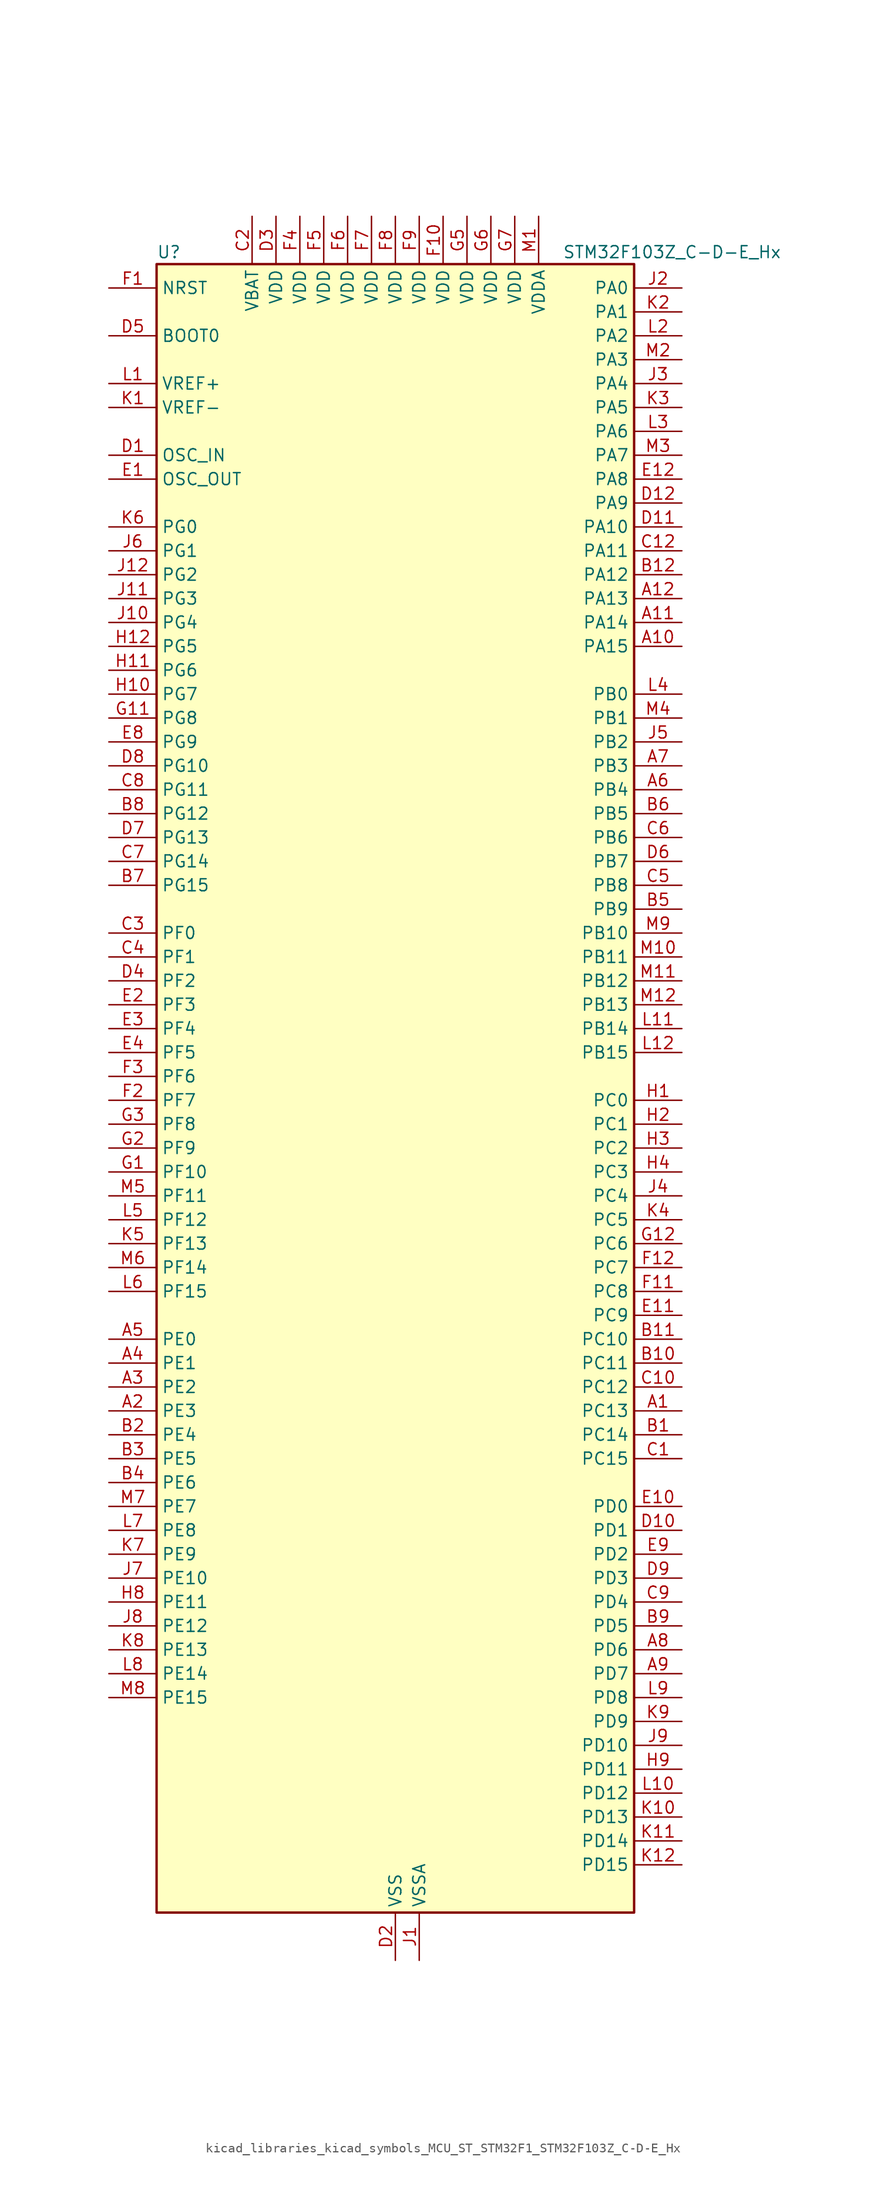
<source format=kicad_sym>
(kicad_symbol_lib
  (version 20220914)
  (generator kicad_symbol_editor)
  (symbol "kicad_libraries_kicad_symbols_MCU_ST_STM32F1_STM32F103Z_C-D-E_Hx"
    (property "Reference" "U"
      (at -25.4 90.17 0)
      (effects (font (size 1.27 1.27)) (justify left)))
    (property "Value" "STM32F103Z_C-D-E_Hx"
      (at 17.78 90.17 0)
      (effects (font (size 1.27 1.27)) (justify left)))
    (property "ki_locked" ""
      (at 0 0 0)
      (effects (font (size 1.27 1.27))))
    (symbol "kicad_libraries_kicad_symbols_MCU_ST_STM32F1_STM32F103Z_C-D-E_Hx_0_1"
      (rectangle (start -25.4 -86.36) (end 25.4 88.9) (stroke (width 0.254) (type default)) (fill (type background))))
    (symbol "kicad_libraries_kicad_symbols_MCU_ST_STM32F1_STM32F103Z_C-D-E_Hx_1_1"
      (pin bidirectional line (at 30.48 -33.02 180) (length 5.08) (name "PC13" (effects (font (size 1.27 1.27)))) (number "A1" (effects (font (size 1.27 1.27)))) (alternate "RTC_OUT" bidirectional line) (alternate "RTC_TAMPER" bidirectional line))
      (pin bidirectional line (at 30.48 48.26 180) (length 5.08) (name "PA15" (effects (font (size 1.27 1.27)))) (number "A10" (effects (font (size 1.27 1.27)))) (alternate "ADC1_EXTI15" bidirectional line) (alternate "ADC2_EXTI15" bidirectional line) (alternate "I2S3_WS" bidirectional line) (alternate "SPI1_NSS" bidirectional line) (alternate "SPI3_NSS" bidirectional line) (alternate "SYS_JTDI" bidirectional line) (alternate "TIM2_CH1" bidirectional line) (alternate "TIM2_ETR" bidirectional line))
      (pin bidirectional line (at 30.48 50.8 180) (length 5.08) (name "PA14" (effects (font (size 1.27 1.27)))) (number "A11" (effects (font (size 1.27 1.27)))) (alternate "SYS_JTCK-SWCLK" bidirectional line))
      (pin bidirectional line (at 30.48 53.34 180) (length 5.08) (name "PA13" (effects (font (size 1.27 1.27)))) (number "A12" (effects (font (size 1.27 1.27)))) (alternate "SYS_JTMS-SWDIO" bidirectional line))
      (pin bidirectional line (at -30.48 -33.02 0) (length 5.08) (name "PE3" (effects (font (size 1.27 1.27)))) (number "A2" (effects (font (size 1.27 1.27)))) (alternate "FSMC_A19" bidirectional line) (alternate "SYS_TRACED0" bidirectional line))
      (pin bidirectional line (at -30.48 -30.48 0) (length 5.08) (name "PE2" (effects (font (size 1.27 1.27)))) (number "A3" (effects (font (size 1.27 1.27)))) (alternate "FSMC_A23" bidirectional line) (alternate "SYS_TRACECLK" bidirectional line))
      (pin bidirectional line (at -30.48 -27.94 0) (length 5.08) (name "PE1" (effects (font (size 1.27 1.27)))) (number "A4" (effects (font (size 1.27 1.27)))) (alternate "FSMC_NBL1" bidirectional line))
      (pin bidirectional line (at -30.48 -25.4 0) (length 5.08) (name "PE0" (effects (font (size 1.27 1.27)))) (number "A5" (effects (font (size 1.27 1.27)))) (alternate "FSMC_NBL0" bidirectional line) (alternate "TIM4_ETR" bidirectional line))
      (pin bidirectional line (at 30.48 33.02 180) (length 5.08) (name "PB4" (effects (font (size 1.27 1.27)))) (number "A6" (effects (font (size 1.27 1.27)))) (alternate "SPI1_MISO" bidirectional line) (alternate "SPI3_MISO" bidirectional line) (alternate "SYS_NJTRST" bidirectional line) (alternate "TIM3_CH1" bidirectional line))
      (pin bidirectional line (at 30.48 35.56 180) (length 5.08) (name "PB3" (effects (font (size 1.27 1.27)))) (number "A7" (effects (font (size 1.27 1.27)))) (alternate "I2S3_CK" bidirectional line) (alternate "SPI1_SCK" bidirectional line) (alternate "SPI3_SCK" bidirectional line) (alternate "SYS_JTDO-TRACESWO" bidirectional line) (alternate "TIM2_CH2" bidirectional line))
      (pin bidirectional line (at 30.48 -58.42 180) (length 5.08) (name "PD6" (effects (font (size 1.27 1.27)))) (number "A8" (effects (font (size 1.27 1.27)))) (alternate "FSMC_NWAIT" bidirectional line) (alternate "USART2_RX" bidirectional line))
      (pin bidirectional line (at 30.48 -60.96 180) (length 5.08) (name "PD7" (effects (font (size 1.27 1.27)))) (number "A9" (effects (font (size 1.27 1.27)))) (alternate "FSMC_NCE2" bidirectional line) (alternate "FSMC_NE1" bidirectional line) (alternate "USART2_CK" bidirectional line))
      (pin bidirectional line (at 30.48 -35.56 180) (length 5.08) (name "PC14" (effects (font (size 1.27 1.27)))) (number "B1" (effects (font (size 1.27 1.27)))) (alternate "RCC_OSC32_IN" bidirectional line))
      (pin bidirectional line (at 30.48 -27.94 180) (length 5.08) (name "PC11" (effects (font (size 1.27 1.27)))) (number "B10" (effects (font (size 1.27 1.27)))) (alternate "ADC1_EXTI11" bidirectional line) (alternate "ADC2_EXTI11" bidirectional line) (alternate "SDIO_D3" bidirectional line) (alternate "UART4_RX" bidirectional line) (alternate "USART3_RX" bidirectional line))
      (pin bidirectional line (at 30.48 -25.4 180) (length 5.08) (name "PC10" (effects (font (size 1.27 1.27)))) (number "B11" (effects (font (size 1.27 1.27)))) (alternate "SDIO_D2" bidirectional line) (alternate "UART4_TX" bidirectional line) (alternate "USART3_TX" bidirectional line))
      (pin bidirectional line (at 30.48 55.88 180) (length 5.08) (name "PA12" (effects (font (size 1.27 1.27)))) (number "B12" (effects (font (size 1.27 1.27)))) (alternate "CAN_TX" bidirectional line) (alternate "TIM1_ETR" bidirectional line) (alternate "USART1_RTS" bidirectional line) (alternate "USB_DP" bidirectional line))
      (pin bidirectional line (at -30.48 -35.56 0) (length 5.08) (name "PE4" (effects (font (size 1.27 1.27)))) (number "B2" (effects (font (size 1.27 1.27)))) (alternate "FSMC_A20" bidirectional line) (alternate "SYS_TRACED1" bidirectional line))
      (pin bidirectional line (at -30.48 -38.1 0) (length 5.08) (name "PE5" (effects (font (size 1.27 1.27)))) (number "B3" (effects (font (size 1.27 1.27)))) (alternate "FSMC_A21" bidirectional line) (alternate "SYS_TRACED2" bidirectional line))
      (pin bidirectional line (at -30.48 -40.64 0) (length 5.08) (name "PE6" (effects (font (size 1.27 1.27)))) (number "B4" (effects (font (size 1.27 1.27)))) (alternate "FSMC_A22" bidirectional line) (alternate "SYS_TRACED3" bidirectional line))
      (pin bidirectional line (at 30.48 20.32 180) (length 5.08) (name "PB9" (effects (font (size 1.27 1.27)))) (number "B5" (effects (font (size 1.27 1.27)))) (alternate "CAN_TX" bidirectional line) (alternate "DAC_EXTI9" bidirectional line) (alternate "I2C1_SDA" bidirectional line) (alternate "SDIO_D5" bidirectional line) (alternate "TIM4_CH4" bidirectional line))
      (pin bidirectional line (at 30.48 30.48 180) (length 5.08) (name "PB5" (effects (font (size 1.27 1.27)))) (number "B6" (effects (font (size 1.27 1.27)))) (alternate "I2C1_SMBA" bidirectional line) (alternate "I2S3_SD" bidirectional line) (alternate "SPI1_MOSI" bidirectional line) (alternate "SPI3_MOSI" bidirectional line) (alternate "TIM3_CH2" bidirectional line))
      (pin bidirectional line (at -30.48 22.86 0) (length 5.08) (name "PG15" (effects (font (size 1.27 1.27)))) (number "B7" (effects (font (size 1.27 1.27)))) (alternate "ADC1_EXTI15" bidirectional line) (alternate "ADC2_EXTI15" bidirectional line))
      (pin bidirectional line (at -30.48 30.48 0) (length 5.08) (name "PG12" (effects (font (size 1.27 1.27)))) (number "B8" (effects (font (size 1.27 1.27)))) (alternate "FSMC_NE4" bidirectional line))
      (pin bidirectional line (at 30.48 -55.88 180) (length 5.08) (name "PD5" (effects (font (size 1.27 1.27)))) (number "B9" (effects (font (size 1.27 1.27)))) (alternate "FSMC_NWE" bidirectional line) (alternate "USART2_TX" bidirectional line))
      (pin bidirectional line (at 30.48 -38.1 180) (length 5.08) (name "PC15" (effects (font (size 1.27 1.27)))) (number "C1" (effects (font (size 1.27 1.27)))) (alternate "ADC1_EXTI15" bidirectional line) (alternate "ADC2_EXTI15" bidirectional line) (alternate "RCC_OSC32_OUT" bidirectional line))
      (pin bidirectional line (at 30.48 -30.48 180) (length 5.08) (name "PC12" (effects (font (size 1.27 1.27)))) (number "C10" (effects (font (size 1.27 1.27)))) (alternate "SDIO_CK" bidirectional line) (alternate "UART5_TX" bidirectional line) (alternate "USART3_CK" bidirectional line))
      (pin no_connect line (at -25.4 -86.36 0) (length 5.08) hide (name "NC" (effects (font (size 1.27 1.27)))) (number "C11" (effects (font (size 1.27 1.27)))))
      (pin bidirectional line (at 30.48 58.42 180) (length 5.08) (name "PA11" (effects (font (size 1.27 1.27)))) (number "C12" (effects (font (size 1.27 1.27)))) (alternate "ADC1_EXTI11" bidirectional line) (alternate "ADC2_EXTI11" bidirectional line) (alternate "CAN_RX" bidirectional line) (alternate "TIM1_CH4" bidirectional line) (alternate "USART1_CTS" bidirectional line) (alternate "USB_DM" bidirectional line))
      (pin power_in line (at -15.24 93.98 270) (length 5.08) (name "VBAT" (effects (font (size 1.27 1.27)))) (number "C2" (effects (font (size 1.27 1.27)))))
      (pin bidirectional line (at -30.48 17.78 0) (length 5.08) (name "PF0" (effects (font (size 1.27 1.27)))) (number "C3" (effects (font (size 1.27 1.27)))) (alternate "FSMC_A0" bidirectional line))
      (pin bidirectional line (at -30.48 15.24 0) (length 5.08) (name "PF1" (effects (font (size 1.27 1.27)))) (number "C4" (effects (font (size 1.27 1.27)))) (alternate "FSMC_A1" bidirectional line))
      (pin bidirectional line (at 30.48 22.86 180) (length 5.08) (name "PB8" (effects (font (size 1.27 1.27)))) (number "C5" (effects (font (size 1.27 1.27)))) (alternate "CAN_RX" bidirectional line) (alternate "I2C1_SCL" bidirectional line) (alternate "SDIO_D4" bidirectional line) (alternate "TIM4_CH3" bidirectional line))
      (pin bidirectional line (at 30.48 27.94 180) (length 5.08) (name "PB6" (effects (font (size 1.27 1.27)))) (number "C6" (effects (font (size 1.27 1.27)))) (alternate "I2C1_SCL" bidirectional line) (alternate "TIM4_CH1" bidirectional line) (alternate "USART1_TX" bidirectional line))
      (pin bidirectional line (at -30.48 25.4 0) (length 5.08) (name "PG14" (effects (font (size 1.27 1.27)))) (number "C7" (effects (font (size 1.27 1.27)))) (alternate "FSMC_A25" bidirectional line))
      (pin bidirectional line (at -30.48 33.02 0) (length 5.08) (name "PG11" (effects (font (size 1.27 1.27)))) (number "C8" (effects (font (size 1.27 1.27)))) (alternate "ADC1_EXTI11" bidirectional line) (alternate "ADC2_EXTI11" bidirectional line) (alternate "FSMC_NCE4_2" bidirectional line))
      (pin bidirectional line (at 30.48 -53.34 180) (length 5.08) (name "PD4" (effects (font (size 1.27 1.27)))) (number "C9" (effects (font (size 1.27 1.27)))) (alternate "FSMC_NOE" bidirectional line) (alternate "USART2_RTS" bidirectional line))
      (pin input line (at -30.48 68.58 0) (length 5.08) (name "OSC_IN" (effects (font (size 1.27 1.27)))) (number "D1" (effects (font (size 1.27 1.27)))) (alternate "RCC_OSC_IN" bidirectional line))
      (pin bidirectional line (at 30.48 -45.72 180) (length 5.08) (name "PD1" (effects (font (size 1.27 1.27)))) (number "D10" (effects (font (size 1.27 1.27)))) (alternate "CAN_TX" bidirectional line) (alternate "FSMC_D3" bidirectional line) (alternate "FSMC_DA3" bidirectional line))
      (pin bidirectional line (at 30.48 60.96 180) (length 5.08) (name "PA10" (effects (font (size 1.27 1.27)))) (number "D11" (effects (font (size 1.27 1.27)))) (alternate "TIM1_CH3" bidirectional line) (alternate "USART1_RX" bidirectional line))
      (pin bidirectional line (at 30.48 63.5 180) (length 5.08) (name "PA9" (effects (font (size 1.27 1.27)))) (number "D12" (effects (font (size 1.27 1.27)))) (alternate "DAC_EXTI9" bidirectional line) (alternate "TIM1_CH2" bidirectional line) (alternate "USART1_TX" bidirectional line))
      (pin power_in line (at 0 -91.44 90) (length 5.08) (name "VSS" (effects (font (size 1.27 1.27)))) (number "D2" (effects (font (size 1.27 1.27)))))
      (pin power_in line (at -12.7 93.98 270) (length 5.08) (name "VDD" (effects (font (size 1.27 1.27)))) (number "D3" (effects (font (size 1.27 1.27)))))
      (pin bidirectional line (at -30.48 12.7 0) (length 5.08) (name "PF2" (effects (font (size 1.27 1.27)))) (number "D4" (effects (font (size 1.27 1.27)))) (alternate "FSMC_A2" bidirectional line))
      (pin input line (at -30.48 81.28 0) (length 5.08) (name "BOOT0" (effects (font (size 1.27 1.27)))) (number "D5" (effects (font (size 1.27 1.27)))))
      (pin bidirectional line (at 30.48 25.4 180) (length 5.08) (name "PB7" (effects (font (size 1.27 1.27)))) (number "D6" (effects (font (size 1.27 1.27)))) (alternate "FSMC_NL" bidirectional line) (alternate "I2C1_SDA" bidirectional line) (alternate "TIM4_CH2" bidirectional line) (alternate "USART1_RX" bidirectional line))
      (pin bidirectional line (at -30.48 27.94 0) (length 5.08) (name "PG13" (effects (font (size 1.27 1.27)))) (number "D7" (effects (font (size 1.27 1.27)))) (alternate "FSMC_A24" bidirectional line))
      (pin bidirectional line (at -30.48 35.56 0) (length 5.08) (name "PG10" (effects (font (size 1.27 1.27)))) (number "D8" (effects (font (size 1.27 1.27)))) (alternate "FSMC_NCE4_1" bidirectional line) (alternate "FSMC_NE3" bidirectional line))
      (pin bidirectional line (at 30.48 -50.8 180) (length 5.08) (name "PD3" (effects (font (size 1.27 1.27)))) (number "D9" (effects (font (size 1.27 1.27)))) (alternate "FSMC_CLK" bidirectional line) (alternate "USART2_CTS" bidirectional line))
      (pin input line (at -30.48 66.04 0) (length 5.08) (name "OSC_OUT" (effects (font (size 1.27 1.27)))) (number "E1" (effects (font (size 1.27 1.27)))) (alternate "RCC_OSC_OUT" bidirectional line))
      (pin bidirectional line (at 30.48 -43.18 180) (length 5.08) (name "PD0" (effects (font (size 1.27 1.27)))) (number "E10" (effects (font (size 1.27 1.27)))) (alternate "CAN_RX" bidirectional line) (alternate "FSMC_D2" bidirectional line) (alternate "FSMC_DA2" bidirectional line))
      (pin bidirectional line (at 30.48 -22.86 180) (length 5.08) (name "PC9" (effects (font (size 1.27 1.27)))) (number "E11" (effects (font (size 1.27 1.27)))) (alternate "DAC_EXTI9" bidirectional line) (alternate "SDIO_D1" bidirectional line) (alternate "TIM3_CH4" bidirectional line) (alternate "TIM8_CH4" bidirectional line))
      (pin bidirectional line (at 30.48 66.04 180) (length 5.08) (name "PA8" (effects (font (size 1.27 1.27)))) (number "E12" (effects (font (size 1.27 1.27)))) (alternate "RCC_MCO" bidirectional line) (alternate "TIM1_CH1" bidirectional line) (alternate "USART1_CK" bidirectional line))
      (pin bidirectional line (at -30.48 10.16 0) (length 5.08) (name "PF3" (effects (font (size 1.27 1.27)))) (number "E2" (effects (font (size 1.27 1.27)))) (alternate "FSMC_A3" bidirectional line))
      (pin bidirectional line (at -30.48 7.62 0) (length 5.08) (name "PF4" (effects (font (size 1.27 1.27)))) (number "E3" (effects (font (size 1.27 1.27)))) (alternate "FSMC_A4" bidirectional line))
      (pin bidirectional line (at -30.48 5.08 0) (length 5.08) (name "PF5" (effects (font (size 1.27 1.27)))) (number "E4" (effects (font (size 1.27 1.27)))) (alternate "FSMC_A5" bidirectional line))
      (pin passive line (at 0 -91.44 90) (length 5.08) hide (name "VSS" (effects (font (size 1.27 1.27)))) (number "E5" (effects (font (size 1.27 1.27)))))
      (pin passive line (at 0 -91.44 90) (length 5.08) hide (name "VSS" (effects (font (size 1.27 1.27)))) (number "E6" (effects (font (size 1.27 1.27)))))
      (pin passive line (at 0 -91.44 90) (length 5.08) hide (name "VSS" (effects (font (size 1.27 1.27)))) (number "E7" (effects (font (size 1.27 1.27)))))
      (pin bidirectional line (at -30.48 38.1 0) (length 5.08) (name "PG9" (effects (font (size 1.27 1.27)))) (number "E8" (effects (font (size 1.27 1.27)))) (alternate "DAC_EXTI9" bidirectional line) (alternate "FSMC_NCE3" bidirectional line) (alternate "FSMC_NE2" bidirectional line))
      (pin bidirectional line (at 30.48 -48.26 180) (length 5.08) (name "PD2" (effects (font (size 1.27 1.27)))) (number "E9" (effects (font (size 1.27 1.27)))) (alternate "SDIO_CMD" bidirectional line) (alternate "TIM3_ETR" bidirectional line) (alternate "UART5_RX" bidirectional line))
      (pin input line (at -30.48 86.36 0) (length 5.08) (name "NRST" (effects (font (size 1.27 1.27)))) (number "F1" (effects (font (size 1.27 1.27)))))
      (pin power_in line (at 5.08 93.98 270) (length 5.08) (name "VDD" (effects (font (size 1.27 1.27)))) (number "F10" (effects (font (size 1.27 1.27)))))
      (pin bidirectional line (at 30.48 -20.32 180) (length 5.08) (name "PC8" (effects (font (size 1.27 1.27)))) (number "F11" (effects (font (size 1.27 1.27)))) (alternate "SDIO_D0" bidirectional line) (alternate "TIM3_CH3" bidirectional line) (alternate "TIM8_CH3" bidirectional line))
      (pin bidirectional line (at 30.48 -17.78 180) (length 5.08) (name "PC7" (effects (font (size 1.27 1.27)))) (number "F12" (effects (font (size 1.27 1.27)))) (alternate "I2S3_MCK" bidirectional line) (alternate "SDIO_D7" bidirectional line) (alternate "TIM3_CH2" bidirectional line) (alternate "TIM8_CH2" bidirectional line))
      (pin bidirectional line (at -30.48 0 0) (length 5.08) (name "PF7" (effects (font (size 1.27 1.27)))) (number "F2" (effects (font (size 1.27 1.27)))) (alternate "ADC3_IN5" bidirectional line) (alternate "FSMC_NREG" bidirectional line))
      (pin bidirectional line (at -30.48 2.54 0) (length 5.08) (name "PF6" (effects (font (size 1.27 1.27)))) (number "F3" (effects (font (size 1.27 1.27)))) (alternate "ADC3_IN4" bidirectional line) (alternate "FSMC_NIORD" bidirectional line))
      (pin power_in line (at -10.16 93.98 270) (length 5.08) (name "VDD" (effects (font (size 1.27 1.27)))) (number "F4" (effects (font (size 1.27 1.27)))))
      (pin power_in line (at -7.62 93.98 270) (length 5.08) (name "VDD" (effects (font (size 1.27 1.27)))) (number "F5" (effects (font (size 1.27 1.27)))))
      (pin power_in line (at -5.08 93.98 270) (length 5.08) (name "VDD" (effects (font (size 1.27 1.27)))) (number "F6" (effects (font (size 1.27 1.27)))))
      (pin power_in line (at -2.54 93.98 270) (length 5.08) (name "VDD" (effects (font (size 1.27 1.27)))) (number "F7" (effects (font (size 1.27 1.27)))))
      (pin power_in line (at 0 93.98 270) (length 5.08) (name "VDD" (effects (font (size 1.27 1.27)))) (number "F8" (effects (font (size 1.27 1.27)))))
      (pin power_in line (at 2.54 93.98 270) (length 5.08) (name "VDD" (effects (font (size 1.27 1.27)))) (number "F9" (effects (font (size 1.27 1.27)))))
      (pin bidirectional line (at -30.48 -7.62 0) (length 5.08) (name "PF10" (effects (font (size 1.27 1.27)))) (number "G1" (effects (font (size 1.27 1.27)))) (alternate "ADC3_IN8" bidirectional line) (alternate "FSMC_INTR" bidirectional line))
      (pin passive line (at 0 -91.44 90) (length 5.08) hide (name "VSS" (effects (font (size 1.27 1.27)))) (number "G10" (effects (font (size 1.27 1.27)))))
      (pin bidirectional line (at -30.48 40.64 0) (length 5.08) (name "PG8" (effects (font (size 1.27 1.27)))) (number "G11" (effects (font (size 1.27 1.27)))))
      (pin bidirectional line (at 30.48 -15.24 180) (length 5.08) (name "PC6" (effects (font (size 1.27 1.27)))) (number "G12" (effects (font (size 1.27 1.27)))) (alternate "I2S2_MCK" bidirectional line) (alternate "SDIO_D6" bidirectional line) (alternate "TIM3_CH1" bidirectional line) (alternate "TIM8_CH1" bidirectional line))
      (pin bidirectional line (at -30.48 -5.08 0) (length 5.08) (name "PF9" (effects (font (size 1.27 1.27)))) (number "G2" (effects (font (size 1.27 1.27)))) (alternate "ADC3_IN7" bidirectional line) (alternate "DAC_EXTI9" bidirectional line) (alternate "FSMC_CD" bidirectional line))
      (pin bidirectional line (at -30.48 -2.54 0) (length 5.08) (name "PF8" (effects (font (size 1.27 1.27)))) (number "G3" (effects (font (size 1.27 1.27)))) (alternate "ADC3_IN6" bidirectional line) (alternate "FSMC_NIOWR" bidirectional line))
      (pin passive line (at 0 -91.44 90) (length 5.08) hide (name "VSS" (effects (font (size 1.27 1.27)))) (number "G4" (effects (font (size 1.27 1.27)))))
      (pin power_in line (at 7.62 93.98 270) (length 5.08) (name "VDD" (effects (font (size 1.27 1.27)))) (number "G5" (effects (font (size 1.27 1.27)))))
      (pin power_in line (at 10.16 93.98 270) (length 5.08) (name "VDD" (effects (font (size 1.27 1.27)))) (number "G6" (effects (font (size 1.27 1.27)))))
      (pin power_in line (at 12.7 93.98 270) (length 5.08) (name "VDD" (effects (font (size 1.27 1.27)))) (number "G7" (effects (font (size 1.27 1.27)))))
      (pin passive line (at 0 -91.44 90) (length 5.08) hide (name "VSS" (effects (font (size 1.27 1.27)))) (number "G8" (effects (font (size 1.27 1.27)))))
      (pin passive line (at 0 -91.44 90) (length 5.08) hide (name "VSS" (effects (font (size 1.27 1.27)))) (number "G9" (effects (font (size 1.27 1.27)))))
      (pin bidirectional line (at 30.48 0 180) (length 5.08) (name "PC0" (effects (font (size 1.27 1.27)))) (number "H1" (effects (font (size 1.27 1.27)))) (alternate "ADC1_IN10" bidirectional line) (alternate "ADC2_IN10" bidirectional line) (alternate "ADC3_IN10" bidirectional line))
      (pin bidirectional line (at -30.48 43.18 0) (length 5.08) (name "PG7" (effects (font (size 1.27 1.27)))) (number "H10" (effects (font (size 1.27 1.27)))) (alternate "FSMC_INT3" bidirectional line))
      (pin bidirectional line (at -30.48 45.72 0) (length 5.08) (name "PG6" (effects (font (size 1.27 1.27)))) (number "H11" (effects (font (size 1.27 1.27)))) (alternate "FSMC_INT2" bidirectional line))
      (pin bidirectional line (at -30.48 48.26 0) (length 5.08) (name "PG5" (effects (font (size 1.27 1.27)))) (number "H12" (effects (font (size 1.27 1.27)))) (alternate "FSMC_A15" bidirectional line))
      (pin bidirectional line (at 30.48 -2.54 180) (length 5.08) (name "PC1" (effects (font (size 1.27 1.27)))) (number "H2" (effects (font (size 1.27 1.27)))) (alternate "ADC1_IN11" bidirectional line) (alternate "ADC2_IN11" bidirectional line) (alternate "ADC3_IN11" bidirectional line))
      (pin bidirectional line (at 30.48 -5.08 180) (length 5.08) (name "PC2" (effects (font (size 1.27 1.27)))) (number "H3" (effects (font (size 1.27 1.27)))) (alternate "ADC1_IN12" bidirectional line) (alternate "ADC2_IN12" bidirectional line) (alternate "ADC3_IN12" bidirectional line))
      (pin bidirectional line (at 30.48 -7.62 180) (length 5.08) (name "PC3" (effects (font (size 1.27 1.27)))) (number "H4" (effects (font (size 1.27 1.27)))) (alternate "ADC1_IN13" bidirectional line) (alternate "ADC2_IN13" bidirectional line) (alternate "ADC3_IN13" bidirectional line))
      (pin passive line (at 0 -91.44 90) (length 5.08) hide (name "VSS" (effects (font (size 1.27 1.27)))) (number "H5" (effects (font (size 1.27 1.27)))))
      (pin passive line (at 0 -91.44 90) (length 5.08) hide (name "VSS" (effects (font (size 1.27 1.27)))) (number "H6" (effects (font (size 1.27 1.27)))))
      (pin passive line (at 0 -91.44 90) (length 5.08) hide (name "VSS" (effects (font (size 1.27 1.27)))) (number "H7" (effects (font (size 1.27 1.27)))))
      (pin bidirectional line (at -30.48 -53.34 0) (length 5.08) (name "PE11" (effects (font (size 1.27 1.27)))) (number "H8" (effects (font (size 1.27 1.27)))) (alternate "ADC1_EXTI11" bidirectional line) (alternate "ADC2_EXTI11" bidirectional line) (alternate "FSMC_D8" bidirectional line) (alternate "FSMC_DA8" bidirectional line) (alternate "TIM1_CH2" bidirectional line))
      (pin bidirectional line (at 30.48 -71.12 180) (length 5.08) (name "PD11" (effects (font (size 1.27 1.27)))) (number "H9" (effects (font (size 1.27 1.27)))) (alternate "ADC1_EXTI11" bidirectional line) (alternate "ADC2_EXTI11" bidirectional line) (alternate "FSMC_A16" bidirectional line) (alternate "FSMC_CLE" bidirectional line) (alternate "USART3_CTS" bidirectional line))
      (pin power_in line (at 2.54 -91.44 90) (length 5.08) (name "VSSA" (effects (font (size 1.27 1.27)))) (number "J1" (effects (font (size 1.27 1.27)))))
      (pin bidirectional line (at -30.48 50.8 0) (length 5.08) (name "PG4" (effects (font (size 1.27 1.27)))) (number "J10" (effects (font (size 1.27 1.27)))) (alternate "FSMC_A14" bidirectional line))
      (pin bidirectional line (at -30.48 53.34 0) (length 5.08) (name "PG3" (effects (font (size 1.27 1.27)))) (number "J11" (effects (font (size 1.27 1.27)))) (alternate "FSMC_A13" bidirectional line))
      (pin bidirectional line (at -30.48 55.88 0) (length 5.08) (name "PG2" (effects (font (size 1.27 1.27)))) (number "J12" (effects (font (size 1.27 1.27)))) (alternate "FSMC_A12" bidirectional line))
      (pin bidirectional line (at 30.48 86.36 180) (length 5.08) (name "PA0" (effects (font (size 1.27 1.27)))) (number "J2" (effects (font (size 1.27 1.27)))) (alternate "ADC1_IN0" bidirectional line) (alternate "ADC2_IN0" bidirectional line) (alternate "ADC3_IN0" bidirectional line) (alternate "SYS_WKUP" bidirectional line) (alternate "TIM2_CH1" bidirectional line) (alternate "TIM2_ETR" bidirectional line) (alternate "TIM5_CH1" bidirectional line) (alternate "TIM8_ETR" bidirectional line) (alternate "USART2_CTS" bidirectional line))
      (pin bidirectional line (at 30.48 76.2 180) (length 5.08) (name "PA4" (effects (font (size 1.27 1.27)))) (number "J3" (effects (font (size 1.27 1.27)))) (alternate "ADC1_IN4" bidirectional line) (alternate "ADC2_IN4" bidirectional line) (alternate "DAC_OUT1" bidirectional line) (alternate "SPI1_NSS" bidirectional line) (alternate "USART2_CK" bidirectional line))
      (pin bidirectional line (at 30.48 -10.16 180) (length 5.08) (name "PC4" (effects (font (size 1.27 1.27)))) (number "J4" (effects (font (size 1.27 1.27)))) (alternate "ADC1_IN14" bidirectional line) (alternate "ADC2_IN14" bidirectional line))
      (pin bidirectional line (at 30.48 38.1 180) (length 5.08) (name "PB2" (effects (font (size 1.27 1.27)))) (number "J5" (effects (font (size 1.27 1.27)))))
      (pin bidirectional line (at -30.48 58.42 0) (length 5.08) (name "PG1" (effects (font (size 1.27 1.27)))) (number "J6" (effects (font (size 1.27 1.27)))) (alternate "FSMC_A11" bidirectional line))
      (pin bidirectional line (at -30.48 -50.8 0) (length 5.08) (name "PE10" (effects (font (size 1.27 1.27)))) (number "J7" (effects (font (size 1.27 1.27)))) (alternate "FSMC_D7" bidirectional line) (alternate "FSMC_DA7" bidirectional line) (alternate "TIM1_CH2N" bidirectional line))
      (pin bidirectional line (at -30.48 -55.88 0) (length 5.08) (name "PE12" (effects (font (size 1.27 1.27)))) (number "J8" (effects (font (size 1.27 1.27)))) (alternate "FSMC_D9" bidirectional line) (alternate "FSMC_DA9" bidirectional line) (alternate "TIM1_CH3N" bidirectional line))
      (pin bidirectional line (at 30.48 -68.58 180) (length 5.08) (name "PD10" (effects (font (size 1.27 1.27)))) (number "J9" (effects (font (size 1.27 1.27)))) (alternate "FSMC_D15" bidirectional line) (alternate "FSMC_DA15" bidirectional line) (alternate "USART3_CK" bidirectional line))
      (pin input line (at -30.48 73.66 0) (length 5.08) (name "VREF-" (effects (font (size 1.27 1.27)))) (number "K1" (effects (font (size 1.27 1.27)))))
      (pin bidirectional line (at 30.48 -76.2 180) (length 5.08) (name "PD13" (effects (font (size 1.27 1.27)))) (number "K10" (effects (font (size 1.27 1.27)))) (alternate "FSMC_A18" bidirectional line) (alternate "TIM4_CH2" bidirectional line))
      (pin bidirectional line (at 30.48 -78.74 180) (length 5.08) (name "PD14" (effects (font (size 1.27 1.27)))) (number "K11" (effects (font (size 1.27 1.27)))) (alternate "FSMC_D0" bidirectional line) (alternate "FSMC_DA0" bidirectional line) (alternate "TIM4_CH3" bidirectional line))
      (pin bidirectional line (at 30.48 -81.28 180) (length 5.08) (name "PD15" (effects (font (size 1.27 1.27)))) (number "K12" (effects (font (size 1.27 1.27)))) (alternate "ADC1_EXTI15" bidirectional line) (alternate "ADC2_EXTI15" bidirectional line) (alternate "FSMC_D1" bidirectional line) (alternate "FSMC_DA1" bidirectional line) (alternate "TIM4_CH4" bidirectional line))
      (pin bidirectional line (at 30.48 83.82 180) (length 5.08) (name "PA1" (effects (font (size 1.27 1.27)))) (number "K2" (effects (font (size 1.27 1.27)))) (alternate "ADC1_IN1" bidirectional line) (alternate "ADC2_IN1" bidirectional line) (alternate "ADC3_IN1" bidirectional line) (alternate "TIM2_CH2" bidirectional line) (alternate "TIM5_CH2" bidirectional line) (alternate "USART2_RTS" bidirectional line))
      (pin bidirectional line (at 30.48 73.66 180) (length 5.08) (name "PA5" (effects (font (size 1.27 1.27)))) (number "K3" (effects (font (size 1.27 1.27)))) (alternate "ADC1_IN5" bidirectional line) (alternate "ADC2_IN5" bidirectional line) (alternate "DAC_OUT2" bidirectional line) (alternate "SPI1_SCK" bidirectional line))
      (pin bidirectional line (at 30.48 -12.7 180) (length 5.08) (name "PC5" (effects (font (size 1.27 1.27)))) (number "K4" (effects (font (size 1.27 1.27)))) (alternate "ADC1_IN15" bidirectional line) (alternate "ADC2_IN15" bidirectional line))
      (pin bidirectional line (at -30.48 -15.24 0) (length 5.08) (name "PF13" (effects (font (size 1.27 1.27)))) (number "K5" (effects (font (size 1.27 1.27)))) (alternate "FSMC_A7" bidirectional line))
      (pin bidirectional line (at -30.48 60.96 0) (length 5.08) (name "PG0" (effects (font (size 1.27 1.27)))) (number "K6" (effects (font (size 1.27 1.27)))) (alternate "FSMC_A10" bidirectional line))
      (pin bidirectional line (at -30.48 -48.26 0) (length 5.08) (name "PE9" (effects (font (size 1.27 1.27)))) (number "K7" (effects (font (size 1.27 1.27)))) (alternate "DAC_EXTI9" bidirectional line) (alternate "FSMC_D6" bidirectional line) (alternate "FSMC_DA6" bidirectional line) (alternate "TIM1_CH1" bidirectional line))
      (pin bidirectional line (at -30.48 -58.42 0) (length 5.08) (name "PE13" (effects (font (size 1.27 1.27)))) (number "K8" (effects (font (size 1.27 1.27)))) (alternate "FSMC_D10" bidirectional line) (alternate "FSMC_DA10" bidirectional line) (alternate "TIM1_CH3" bidirectional line))
      (pin bidirectional line (at 30.48 -66.04 180) (length 5.08) (name "PD9" (effects (font (size 1.27 1.27)))) (number "K9" (effects (font (size 1.27 1.27)))) (alternate "DAC_EXTI9" bidirectional line) (alternate "FSMC_D14" bidirectional line) (alternate "FSMC_DA14" bidirectional line) (alternate "USART3_RX" bidirectional line))
      (pin input line (at -30.48 76.2 0) (length 5.08) (name "VREF+" (effects (font (size 1.27 1.27)))) (number "L1" (effects (font (size 1.27 1.27)))))
      (pin bidirectional line (at 30.48 -73.66 180) (length 5.08) (name "PD12" (effects (font (size 1.27 1.27)))) (number "L10" (effects (font (size 1.27 1.27)))) (alternate "FSMC_A17" bidirectional line) (alternate "FSMC_ALE" bidirectional line) (alternate "TIM4_CH1" bidirectional line) (alternate "USART3_RTS" bidirectional line))
      (pin bidirectional line (at 30.48 7.62 180) (length 5.08) (name "PB14" (effects (font (size 1.27 1.27)))) (number "L11" (effects (font (size 1.27 1.27)))) (alternate "SPI2_MISO" bidirectional line) (alternate "TIM1_CH2N" bidirectional line) (alternate "USART3_RTS" bidirectional line))
      (pin bidirectional line (at 30.48 5.08 180) (length 5.08) (name "PB15" (effects (font (size 1.27 1.27)))) (number "L12" (effects (font (size 1.27 1.27)))) (alternate "ADC1_EXTI15" bidirectional line) (alternate "ADC2_EXTI15" bidirectional line) (alternate "I2S2_SD" bidirectional line) (alternate "SPI2_MOSI" bidirectional line) (alternate "TIM1_CH3N" bidirectional line))
      (pin bidirectional line (at 30.48 81.28 180) (length 5.08) (name "PA2" (effects (font (size 1.27 1.27)))) (number "L2" (effects (font (size 1.27 1.27)))) (alternate "ADC1_IN2" bidirectional line) (alternate "ADC2_IN2" bidirectional line) (alternate "ADC3_IN2" bidirectional line) (alternate "TIM2_CH3" bidirectional line) (alternate "TIM5_CH3" bidirectional line) (alternate "USART2_TX" bidirectional line))
      (pin bidirectional line (at 30.48 71.12 180) (length 5.08) (name "PA6" (effects (font (size 1.27 1.27)))) (number "L3" (effects (font (size 1.27 1.27)))) (alternate "ADC1_IN6" bidirectional line) (alternate "ADC2_IN6" bidirectional line) (alternate "SPI1_MISO" bidirectional line) (alternate "TIM1_BKIN" bidirectional line) (alternate "TIM3_CH1" bidirectional line) (alternate "TIM8_BKIN" bidirectional line))
      (pin bidirectional line (at 30.48 43.18 180) (length 5.08) (name "PB0" (effects (font (size 1.27 1.27)))) (number "L4" (effects (font (size 1.27 1.27)))) (alternate "ADC1_IN8" bidirectional line) (alternate "ADC2_IN8" bidirectional line) (alternate "TIM1_CH2N" bidirectional line) (alternate "TIM3_CH3" bidirectional line) (alternate "TIM8_CH2N" bidirectional line))
      (pin bidirectional line (at -30.48 -12.7 0) (length 5.08) (name "PF12" (effects (font (size 1.27 1.27)))) (number "L5" (effects (font (size 1.27 1.27)))) (alternate "FSMC_A6" bidirectional line))
      (pin bidirectional line (at -30.48 -20.32 0) (length 5.08) (name "PF15" (effects (font (size 1.27 1.27)))) (number "L6" (effects (font (size 1.27 1.27)))) (alternate "ADC1_EXTI15" bidirectional line) (alternate "ADC2_EXTI15" bidirectional line) (alternate "FSMC_A9" bidirectional line))
      (pin bidirectional line (at -30.48 -45.72 0) (length 5.08) (name "PE8" (effects (font (size 1.27 1.27)))) (number "L7" (effects (font (size 1.27 1.27)))) (alternate "FSMC_D5" bidirectional line) (alternate "FSMC_DA5" bidirectional line) (alternate "TIM1_CH1N" bidirectional line))
      (pin bidirectional line (at -30.48 -60.96 0) (length 5.08) (name "PE14" (effects (font (size 1.27 1.27)))) (number "L8" (effects (font (size 1.27 1.27)))) (alternate "FSMC_D11" bidirectional line) (alternate "FSMC_DA11" bidirectional line) (alternate "TIM1_CH4" bidirectional line))
      (pin bidirectional line (at 30.48 -63.5 180) (length 5.08) (name "PD8" (effects (font (size 1.27 1.27)))) (number "L9" (effects (font (size 1.27 1.27)))) (alternate "FSMC_D13" bidirectional line) (alternate "FSMC_DA13" bidirectional line) (alternate "USART3_TX" bidirectional line))
      (pin power_in line (at 15.24 93.98 270) (length 5.08) (name "VDDA" (effects (font (size 1.27 1.27)))) (number "M1" (effects (font (size 1.27 1.27)))))
      (pin bidirectional line (at 30.48 15.24 180) (length 5.08) (name "PB11" (effects (font (size 1.27 1.27)))) (number "M10" (effects (font (size 1.27 1.27)))) (alternate "ADC1_EXTI11" bidirectional line) (alternate "ADC2_EXTI11" bidirectional line) (alternate "I2C2_SDA" bidirectional line) (alternate "TIM2_CH4" bidirectional line) (alternate "USART3_RX" bidirectional line))
      (pin bidirectional line (at 30.48 12.7 180) (length 5.08) (name "PB12" (effects (font (size 1.27 1.27)))) (number "M11" (effects (font (size 1.27 1.27)))) (alternate "I2C2_SMBA" bidirectional line) (alternate "I2S2_WS" bidirectional line) (alternate "SPI2_NSS" bidirectional line) (alternate "TIM1_BKIN" bidirectional line) (alternate "USART3_CK" bidirectional line))
      (pin bidirectional line (at 30.48 10.16 180) (length 5.08) (name "PB13" (effects (font (size 1.27 1.27)))) (number "M12" (effects (font (size 1.27 1.27)))) (alternate "I2S2_CK" bidirectional line) (alternate "SPI2_SCK" bidirectional line) (alternate "TIM1_CH1N" bidirectional line) (alternate "USART3_CTS" bidirectional line))
      (pin bidirectional line (at 30.48 78.74 180) (length 5.08) (name "PA3" (effects (font (size 1.27 1.27)))) (number "M2" (effects (font (size 1.27 1.27)))) (alternate "ADC1_IN3" bidirectional line) (alternate "ADC2_IN3" bidirectional line) (alternate "ADC3_IN3" bidirectional line) (alternate "TIM2_CH4" bidirectional line) (alternate "TIM5_CH4" bidirectional line) (alternate "USART2_RX" bidirectional line))
      (pin bidirectional line (at 30.48 68.58 180) (length 5.08) (name "PA7" (effects (font (size 1.27 1.27)))) (number "M3" (effects (font (size 1.27 1.27)))) (alternate "ADC1_IN7" bidirectional line) (alternate "ADC2_IN7" bidirectional line) (alternate "SPI1_MOSI" bidirectional line) (alternate "TIM1_CH1N" bidirectional line) (alternate "TIM3_CH2" bidirectional line) (alternate "TIM8_CH1N" bidirectional line))
      (pin bidirectional line (at 30.48 40.64 180) (length 5.08) (name "PB1" (effects (font (size 1.27 1.27)))) (number "M4" (effects (font (size 1.27 1.27)))) (alternate "ADC1_IN9" bidirectional line) (alternate "ADC2_IN9" bidirectional line) (alternate "TIM1_CH3N" bidirectional line) (alternate "TIM3_CH4" bidirectional line) (alternate "TIM8_CH3N" bidirectional line))
      (pin bidirectional line (at -30.48 -10.16 0) (length 5.08) (name "PF11" (effects (font (size 1.27 1.27)))) (number "M5" (effects (font (size 1.27 1.27)))) (alternate "ADC1_EXTI11" bidirectional line) (alternate "ADC2_EXTI11" bidirectional line) (alternate "FSMC_NIOS16" bidirectional line))
      (pin bidirectional line (at -30.48 -17.78 0) (length 5.08) (name "PF14" (effects (font (size 1.27 1.27)))) (number "M6" (effects (font (size 1.27 1.27)))) (alternate "FSMC_A8" bidirectional line))
      (pin bidirectional line (at -30.48 -43.18 0) (length 5.08) (name "PE7" (effects (font (size 1.27 1.27)))) (number "M7" (effects (font (size 1.27 1.27)))) (alternate "FSMC_D4" bidirectional line) (alternate "FSMC_DA4" bidirectional line) (alternate "TIM1_ETR" bidirectional line))
      (pin bidirectional line (at -30.48 -63.5 0) (length 5.08) (name "PE15" (effects (font (size 1.27 1.27)))) (number "M8" (effects (font (size 1.27 1.27)))) (alternate "ADC1_EXTI15" bidirectional line) (alternate "ADC2_EXTI15" bidirectional line) (alternate "FSMC_D12" bidirectional line) (alternate "FSMC_DA12" bidirectional line) (alternate "TIM1_BKIN" bidirectional line))
      (pin bidirectional line (at 30.48 17.78 180) (length 5.08) (name "PB10" (effects (font (size 1.27 1.27)))) (number "M9" (effects (font (size 1.27 1.27)))) (alternate "I2C2_SCL" bidirectional line) (alternate "TIM2_CH3" bidirectional line) (alternate "USART3_TX" bidirectional line)))))
</source>
